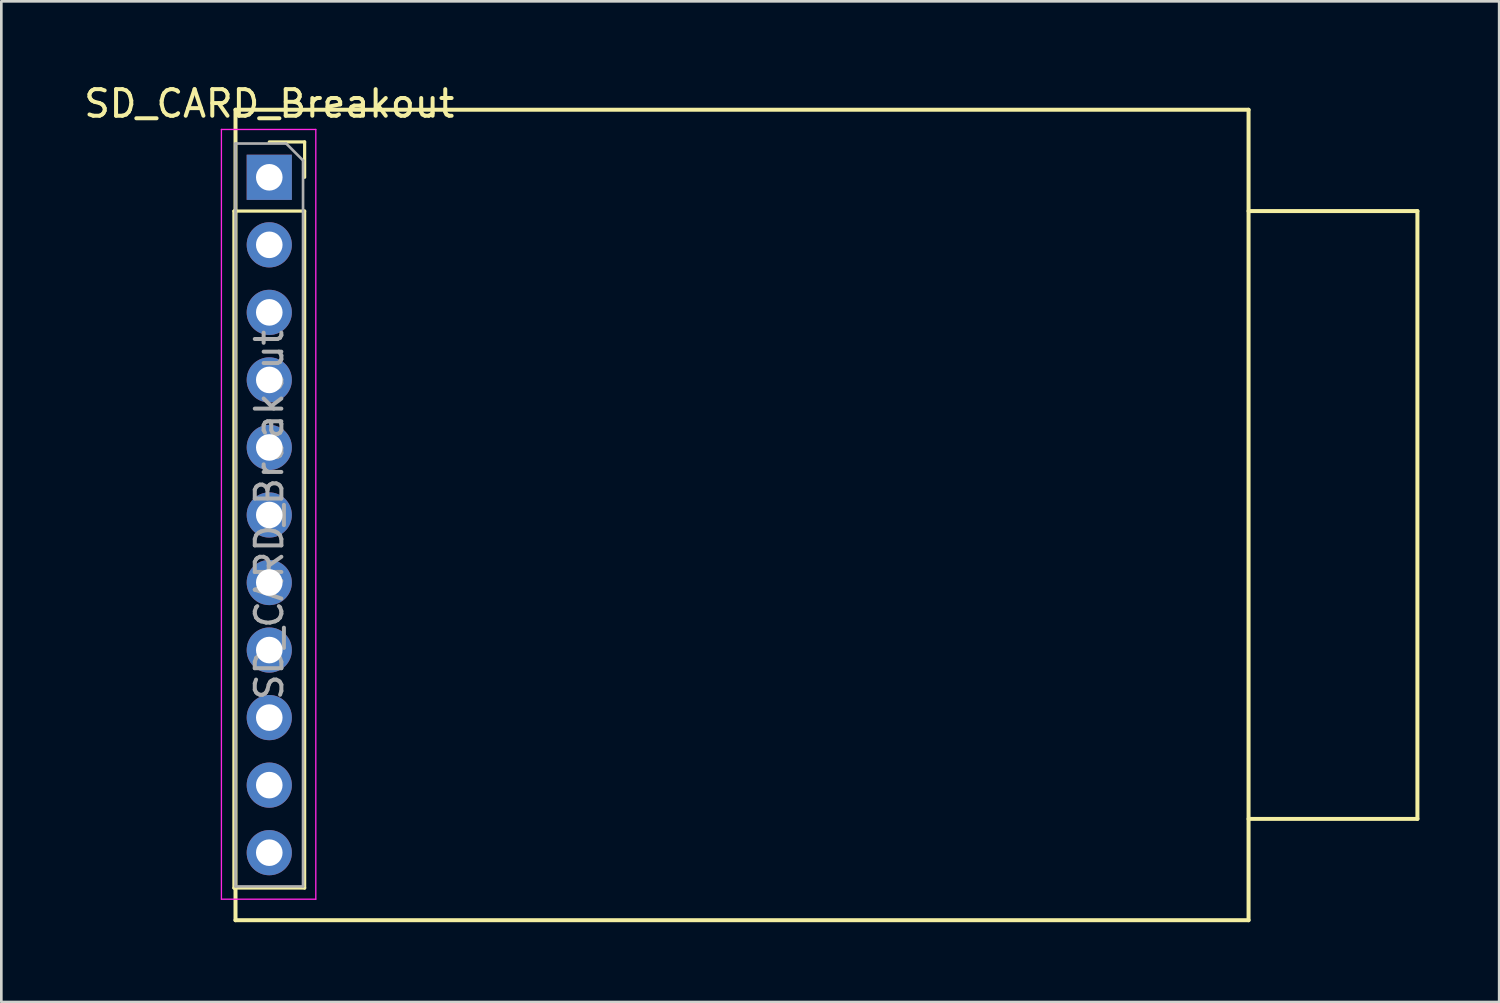
<source format=kicad_pcb>
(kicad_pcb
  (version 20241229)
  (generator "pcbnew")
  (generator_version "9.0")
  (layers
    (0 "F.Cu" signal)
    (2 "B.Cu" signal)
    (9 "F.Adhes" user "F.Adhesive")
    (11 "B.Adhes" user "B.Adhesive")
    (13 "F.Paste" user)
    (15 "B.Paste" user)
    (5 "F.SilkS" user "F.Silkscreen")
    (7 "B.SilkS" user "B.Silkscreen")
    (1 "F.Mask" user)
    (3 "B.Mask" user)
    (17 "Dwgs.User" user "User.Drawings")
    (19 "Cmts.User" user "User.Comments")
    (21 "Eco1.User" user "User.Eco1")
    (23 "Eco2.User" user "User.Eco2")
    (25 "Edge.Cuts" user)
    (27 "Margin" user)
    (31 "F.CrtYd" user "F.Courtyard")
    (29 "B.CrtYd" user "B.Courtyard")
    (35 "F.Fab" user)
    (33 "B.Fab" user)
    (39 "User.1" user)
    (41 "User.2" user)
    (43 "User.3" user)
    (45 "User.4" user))
  (footprint "SD_CARD_Breakout"
    (layer "F.Cu")
    (at 7.077 3.618)
    (property "Reference" "SD_CARD_Breakout" (at 0 -2.77 0) (layer "F.SilkS") (effects (font (size 1 1) (thickness 0.15))))
    (attr through_hole)
    (fp_line (start -1.33 1.27) (end -1.33 26.73) (stroke (width 0.12) (type solid)) (layer "F.SilkS"))
    (fp_line (start -1.33 1.27) (end 1.33 1.27) (stroke (width 0.12) (type solid)) (layer "F.SilkS"))
    (fp_line (start -1.33 26.73) (end 1.33 26.73) (stroke (width 0.12) (type solid)) (layer "F.SilkS"))
    (fp_line (start -1.27 -2.54) (end -1.27 27.94) (stroke (width 0.15) (type solid)) (layer "F.SilkS"))
    (fp_line (start -1.27 27.94) (end 36.83 27.94) (stroke (width 0.15) (type solid)) (layer "F.SilkS"))
    (fp_line (start 0 -1.33) (end 1.33 -1.33) (stroke (width 0.12) (type solid)) (layer "F.SilkS"))
    (fp_line (start 1.33 -1.33) (end 1.33 0) (stroke (width 0.12) (type solid)) (layer "F.SilkS"))
    (fp_line (start 1.33 1.27) (end 1.33 26.73) (stroke (width 0.12) (type solid)) (layer "F.SilkS"))
    (fp_line (start 36.83 -2.54) (end -1.27 -2.54) (stroke (width 0.15) (type solid)) (layer "F.SilkS"))
    (fp_line (start 36.83 24.13) (end 43.18 24.13) (stroke (width 0.15) (type solid)) (layer "F.SilkS"))
    (fp_line (start 36.83 27.94) (end 36.83 -2.54) (stroke (width 0.15) (type solid)) (layer "F.SilkS"))
    (fp_line (start 43.18 1.27) (end 36.83 1.27) (stroke (width 0.15) (type solid)) (layer "F.SilkS"))
    (fp_line (start 43.18 24.13) (end 43.18 1.27) (stroke (width 0.15) (type solid)) (layer "F.SilkS"))
    (fp_line (start -1.8 -1.8) (end 1.75 -1.8) (stroke (width 0.05) (type solid)) (layer "F.CrtYd"))
    (fp_line (start -1.8 27.15) (end -1.8 -1.8) (stroke (width 0.05) (type solid)) (layer "F.CrtYd"))
    (fp_line (start 1.75 -1.8) (end 1.75 27.15) (stroke (width 0.05) (type solid)) (layer "F.CrtYd"))
    (fp_line (start 1.75 27.15) (end -1.8 27.15) (stroke (width 0.05) (type solid)) (layer "F.CrtYd"))
    (fp_line (start -1.27 -1.27) (end 0.635 -1.27) (stroke (width 0.1) (type solid)) (layer "F.Fab"))
    (fp_line (start -1.27 26.67) (end -1.27 -1.27) (stroke (width 0.1) (type solid)) (layer "F.Fab"))
    (fp_line (start 0.635 -1.27) (end 1.27 -0.635) (stroke (width 0.1) (type solid)) (layer "F.Fab"))
    (fp_line (start 1.27 -0.635) (end 1.27 26.67) (stroke (width 0.1) (type solid)) (layer "F.Fab"))
    (fp_line (start 1.27 26.67) (end -1.27 26.67) (stroke (width 0.1) (type solid)) (layer "F.Fab"))
    (fp_text user "${REFERENCE}" (at 0 12.7 90) (layer "F.Fab") (effects (font (size 1 1) (thickness 0.15))))
    (pad "1" thru_hole rect (at 0 0) (size 1.7 1.7) (drill 1) (layers "*.Cu" "*.Mask"))
    (pad "2" thru_hole oval (at 0 2.54) (size 1.7 1.7) (drill 1) (layers "*.Cu" "*.Mask"))
    (pad "3" thru_hole oval (at 0 5.08) (size 1.7 1.7) (drill 1) (layers "*.Cu" "*.Mask"))
    (pad "4" thru_hole oval (at 0 7.62) (size 1.7 1.7) (drill 1) (layers "*.Cu" "*.Mask"))
    (pad "5" thru_hole oval (at 0 10.16) (size 1.7 1.7) (drill 1) (layers "*.Cu" "*.Mask"))
    (pad "6" thru_hole oval (at 0 12.7) (size 1.7 1.7) (drill 1) (layers "*.Cu" "*.Mask"))
    (pad "7" thru_hole oval (at 0 15.24) (size 1.7 1.7) (drill 1) (layers "*.Cu" "*.Mask"))
    (pad "8" thru_hole oval (at 0 17.78) (size 1.7 1.7) (drill 1) (layers "*.Cu" "*.Mask"))
    (pad "9" thru_hole oval (at 0 20.32) (size 1.7 1.7) (drill 1) (layers "*.Cu" "*.Mask"))
    (pad "10" thru_hole oval (at 0 22.86) (size 1.7 1.7) (drill 1) (layers "*.Cu" "*.Mask"))
    (pad "11" thru_hole oval (at 0 25.4) (size 1.7 1.7) (drill 1) (layers "*.Cu" "*.Mask")))
  (gr_rect
    (start -3 -3)
    (end 53.332 34.633)
    (stroke (width 0.1) (type default))
    (fill no)
    (layer "Edge.Cuts")))
</source>
